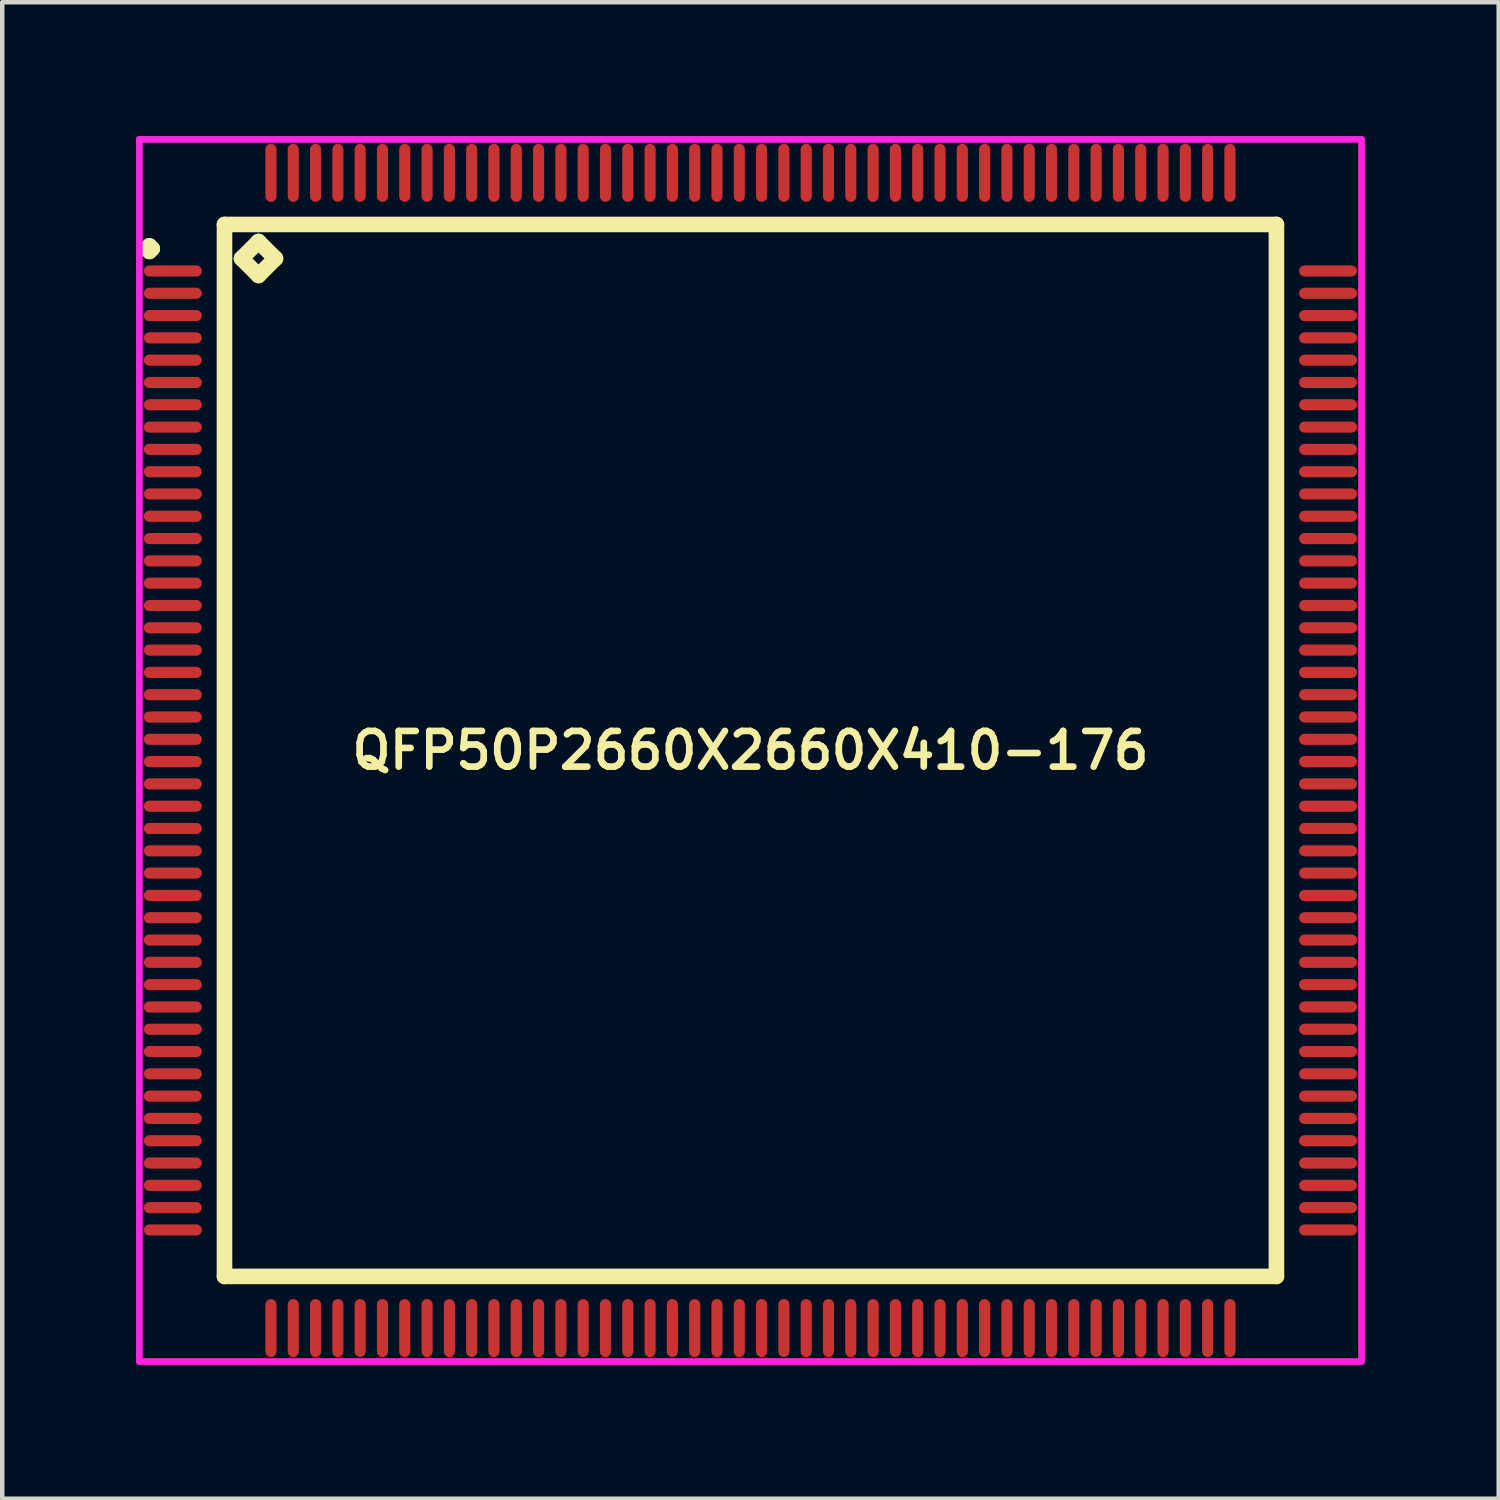
<source format=kicad_pcb>
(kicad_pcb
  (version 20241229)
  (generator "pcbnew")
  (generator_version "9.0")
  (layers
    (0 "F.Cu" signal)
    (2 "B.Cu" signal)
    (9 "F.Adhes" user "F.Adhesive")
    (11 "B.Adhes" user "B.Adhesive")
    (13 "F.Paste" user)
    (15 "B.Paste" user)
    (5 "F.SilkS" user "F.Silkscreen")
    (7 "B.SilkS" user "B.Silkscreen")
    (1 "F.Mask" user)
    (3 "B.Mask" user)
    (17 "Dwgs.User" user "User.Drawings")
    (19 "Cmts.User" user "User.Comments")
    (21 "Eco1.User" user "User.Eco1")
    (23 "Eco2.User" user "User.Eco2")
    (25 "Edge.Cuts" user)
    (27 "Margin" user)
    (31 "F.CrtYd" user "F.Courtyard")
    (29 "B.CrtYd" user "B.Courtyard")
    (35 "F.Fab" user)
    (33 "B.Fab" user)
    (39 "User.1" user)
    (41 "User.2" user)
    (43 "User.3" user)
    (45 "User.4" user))
  (footprint "QFP50P2660X2660X410-176"
    (layer "F.Cu")
    (at 13.775 13.775)
    (property "Reference" "QFP50P2660X2660X410-176" (at 0 0 0) (layer "F.SilkS") (effects (font (size 0.8 0.8) (thickness 0.15))))
    (attr smd)
    (fp_line (start -13.537 -11.25) (end -13.475 -11.312) (stroke (width 0.35) (type solid)) (layer "F.SilkS"))
    (fp_line (start -13.475 -11.312) (end -13.412 -11.25) (stroke (width 0.35) (type solid)) (layer "F.SilkS"))
    (fp_line (start -13.475 -11.188) (end -13.537 -11.25) (stroke (width 0.35) (type solid)) (layer "F.SilkS"))
    (fp_line (start -13.412 -11.25) (end -13.475 -11.188) (stroke (width 0.35) (type solid)) (layer "F.SilkS"))
    (fp_line (start -11.792 -11.792) (end -11.792 11.792) (stroke (width 0.35) (type solid)) (layer "F.SilkS"))
    (fp_line (start -11.792 11.792) (end 11.792 11.792) (stroke (width 0.35) (type solid)) (layer "F.SilkS"))
    (fp_line (start -11.411 -11.03) (end -11.03 -11.411) (stroke (width 0.35) (type solid)) (layer "F.SilkS"))
    (fp_line (start -11.03 -11.411) (end -10.649 -11.03) (stroke (width 0.35) (type solid)) (layer "F.SilkS"))
    (fp_line (start -11.03 -10.649) (end -11.411 -11.03) (stroke (width 0.35) (type solid)) (layer "F.SilkS"))
    (fp_line (start -10.649 -11.03) (end -11.03 -10.649) (stroke (width 0.35) (type solid)) (layer "F.SilkS"))
    (fp_line (start 11.792 -11.792) (end -11.792 -11.792) (stroke (width 0.35) (type solid)) (layer "F.SilkS"))
    (fp_line (start 11.792 11.792) (end 11.792 -11.792) (stroke (width 0.35) (type solid)) (layer "F.SilkS"))
    (fp_line (start -13.7 -13.7) (end 13.7 -13.7) (stroke (width 0.15) (type solid)) (layer "F.CrtYd"))
    (fp_line (start -13.7 13.7) (end -13.7 -13.7) (stroke (width 0.15) (type solid)) (layer "F.CrtYd"))
    (fp_line (start 13.7 -13.7) (end 13.7 13.7) (stroke (width 0.15) (type solid)) (layer "F.CrtYd"))
    (fp_line (start 13.7 13.7) (end -13.7 13.7) (stroke (width 0.15) (type solid)) (layer "F.CrtYd"))
    (pad "1" smd oval (at -12.95 -10.75) (size 1.3 0.25) (layers "F.Cu" "F.Mask" "F.Paste"))
    (pad "2" smd oval (at -12.95 -10.25) (size 1.3 0.25) (layers "F.Cu" "F.Mask" "F.Paste"))
    (pad "3" smd oval (at -12.95 -9.75) (size 1.3 0.25) (layers "F.Cu" "F.Mask" "F.Paste"))
    (pad "4" smd oval (at -12.95 -9.25) (size 1.3 0.25) (layers "F.Cu" "F.Mask" "F.Paste"))
    (pad "5" smd oval (at -12.95 -8.75) (size 1.3 0.25) (layers "F.Cu" "F.Mask" "F.Paste"))
    (pad "6" smd oval (at -12.95 -8.25) (size 1.3 0.25) (layers "F.Cu" "F.Mask" "F.Paste"))
    (pad "7" smd oval (at -12.95 -7.75) (size 1.3 0.25) (layers "F.Cu" "F.Mask" "F.Paste"))
    (pad "8" smd oval (at -12.95 -7.25) (size 1.3 0.25) (layers "F.Cu" "F.Mask" "F.Paste"))
    (pad "9" smd oval (at -12.95 -6.75) (size 1.3 0.25) (layers "F.Cu" "F.Mask" "F.Paste"))
    (pad "10" smd oval (at -12.95 -6.25) (size 1.3 0.25) (layers "F.Cu" "F.Mask" "F.Paste"))
    (pad "11" smd oval (at -12.95 -5.75) (size 1.3 0.25) (layers "F.Cu" "F.Mask" "F.Paste"))
    (pad "12" smd oval (at -12.95 -5.25) (size 1.3 0.25) (layers "F.Cu" "F.Mask" "F.Paste"))
    (pad "13" smd oval (at -12.95 -4.75) (size 1.3 0.25) (layers "F.Cu" "F.Mask" "F.Paste"))
    (pad "14" smd oval (at -12.95 -4.25) (size 1.3 0.25) (layers "F.Cu" "F.Mask" "F.Paste"))
    (pad "15" smd oval (at -12.95 -3.75) (size 1.3 0.25) (layers "F.Cu" "F.Mask" "F.Paste"))
    (pad "16" smd oval (at -12.95 -3.25) (size 1.3 0.25) (layers "F.Cu" "F.Mask" "F.Paste"))
    (pad "17" smd oval (at -12.95 -2.75) (size 1.3 0.25) (layers "F.Cu" "F.Mask" "F.Paste"))
    (pad "18" smd oval (at -12.95 -2.25) (size 1.3 0.25) (layers "F.Cu" "F.Mask" "F.Paste"))
    (pad "19" smd oval (at -12.95 -1.75) (size 1.3 0.25) (layers "F.Cu" "F.Mask" "F.Paste"))
    (pad "20" smd oval (at -12.95 -1.25) (size 1.3 0.25) (layers "F.Cu" "F.Mask" "F.Paste"))
    (pad "21" smd oval (at -12.95 -0.75) (size 1.3 0.25) (layers "F.Cu" "F.Mask" "F.Paste"))
    (pad "22" smd oval (at -12.95 -0.25) (size 1.3 0.25) (layers "F.Cu" "F.Mask" "F.Paste"))
    (pad "23" smd oval (at -12.95 0.25) (size 1.3 0.25) (layers "F.Cu" "F.Mask" "F.Paste"))
    (pad "24" smd oval (at -12.95 0.75) (size 1.3 0.25) (layers "F.Cu" "F.Mask" "F.Paste"))
    (pad "25" smd oval (at -12.95 1.25) (size 1.3 0.25) (layers "F.Cu" "F.Mask" "F.Paste"))
    (pad "26" smd oval (at -12.95 1.75) (size 1.3 0.25) (layers "F.Cu" "F.Mask" "F.Paste"))
    (pad "27" smd oval (at -12.95 2.25) (size 1.3 0.25) (layers "F.Cu" "F.Mask" "F.Paste"))
    (pad "28" smd oval (at -12.95 2.75) (size 1.3 0.25) (layers "F.Cu" "F.Mask" "F.Paste"))
    (pad "29" smd oval (at -12.95 3.25) (size 1.3 0.25) (layers "F.Cu" "F.Mask" "F.Paste"))
    (pad "30" smd oval (at -12.95 3.75) (size 1.3 0.25) (layers "F.Cu" "F.Mask" "F.Paste"))
    (pad "31" smd oval (at -12.95 4.25) (size 1.3 0.25) (layers "F.Cu" "F.Mask" "F.Paste"))
    (pad "32" smd oval (at -12.95 4.75) (size 1.3 0.25) (layers "F.Cu" "F.Mask" "F.Paste"))
    (pad "33" smd oval (at -12.95 5.25) (size 1.3 0.25) (layers "F.Cu" "F.Mask" "F.Paste"))
    (pad "34" smd oval (at -12.95 5.75) (size 1.3 0.25) (layers "F.Cu" "F.Mask" "F.Paste"))
    (pad "35" smd oval (at -12.95 6.25) (size 1.3 0.25) (layers "F.Cu" "F.Mask" "F.Paste"))
    (pad "36" smd oval (at -12.95 6.75) (size 1.3 0.25) (layers "F.Cu" "F.Mask" "F.Paste"))
    (pad "37" smd oval (at -12.95 7.25) (size 1.3 0.25) (layers "F.Cu" "F.Mask" "F.Paste"))
    (pad "38" smd oval (at -12.95 7.75) (size 1.3 0.25) (layers "F.Cu" "F.Mask" "F.Paste"))
    (pad "39" smd oval (at -12.95 8.25) (size 1.3 0.25) (layers "F.Cu" "F.Mask" "F.Paste"))
    (pad "40" smd oval (at -12.95 8.75) (size 1.3 0.25) (layers "F.Cu" "F.Mask" "F.Paste"))
    (pad "41" smd oval (at -12.95 9.25) (size 1.3 0.25) (layers "F.Cu" "F.Mask" "F.Paste"))
    (pad "42" smd oval (at -12.95 9.75) (size 1.3 0.25) (layers "F.Cu" "F.Mask" "F.Paste"))
    (pad "43" smd oval (at -12.95 10.25) (size 1.3 0.25) (layers "F.Cu" "F.Mask" "F.Paste"))
    (pad "44" smd oval (at -12.95 10.75) (size 1.3 0.25) (layers "F.Cu" "F.Mask" "F.Paste"))
    (pad "45" smd oval (at -10.75 12.95) (size 0.25 1.3) (layers "F.Cu" "F.Mask" "F.Paste"))
    (pad "46" smd oval (at -10.25 12.95) (size 0.25 1.3) (layers "F.Cu" "F.Mask" "F.Paste"))
    (pad "47" smd oval (at -9.75 12.95) (size 0.25 1.3) (layers "F.Cu" "F.Mask" "F.Paste"))
    (pad "48" smd oval (at -9.25 12.95) (size 0.25 1.3) (layers "F.Cu" "F.Mask" "F.Paste"))
    (pad "49" smd oval (at -8.75 12.95) (size 0.25 1.3) (layers "F.Cu" "F.Mask" "F.Paste"))
    (pad "50" smd oval (at -8.25 12.95) (size 0.25 1.3) (layers "F.Cu" "F.Mask" "F.Paste"))
    (pad "51" smd oval (at -7.75 12.95) (size 0.25 1.3) (layers "F.Cu" "F.Mask" "F.Paste"))
    (pad "52" smd oval (at -7.25 12.95) (size 0.25 1.3) (layers "F.Cu" "F.Mask" "F.Paste"))
    (pad "53" smd oval (at -6.75 12.95) (size 0.25 1.3) (layers "F.Cu" "F.Mask" "F.Paste"))
    (pad "54" smd oval (at -6.25 12.95) (size 0.25 1.3) (layers "F.Cu" "F.Mask" "F.Paste"))
    (pad "55" smd oval (at -5.75 12.95) (size 0.25 1.3) (layers "F.Cu" "F.Mask" "F.Paste"))
    (pad "56" smd oval (at -5.25 12.95) (size 0.25 1.3) (layers "F.Cu" "F.Mask" "F.Paste"))
    (pad "57" smd oval (at -4.75 12.95) (size 0.25 1.3) (layers "F.Cu" "F.Mask" "F.Paste"))
    (pad "58" smd oval (at -4.25 12.95) (size 0.25 1.3) (layers "F.Cu" "F.Mask" "F.Paste"))
    (pad "59" smd oval (at -3.75 12.95) (size 0.25 1.3) (layers "F.Cu" "F.Mask" "F.Paste"))
    (pad "60" smd oval (at -3.25 12.95) (size 0.25 1.3) (layers "F.Cu" "F.Mask" "F.Paste"))
    (pad "61" smd oval (at -2.75 12.95) (size 0.25 1.3) (layers "F.Cu" "F.Mask" "F.Paste"))
    (pad "62" smd oval (at -2.25 12.95) (size 0.25 1.3) (layers "F.Cu" "F.Mask" "F.Paste"))
    (pad "63" smd oval (at -1.75 12.95) (size 0.25 1.3) (layers "F.Cu" "F.Mask" "F.Paste"))
    (pad "64" smd oval (at -1.25 12.95) (size 0.25 1.3) (layers "F.Cu" "F.Mask" "F.Paste"))
    (pad "65" smd oval (at -0.75 12.95) (size 0.25 1.3) (layers "F.Cu" "F.Mask" "F.Paste"))
    (pad "66" smd oval (at -0.25 12.95) (size 0.25 1.3) (layers "F.Cu" "F.Mask" "F.Paste"))
    (pad "67" smd oval (at 0.25 12.95) (size 0.25 1.3) (layers "F.Cu" "F.Mask" "F.Paste"))
    (pad "68" smd oval (at 0.75 12.95) (size 0.25 1.3) (layers "F.Cu" "F.Mask" "F.Paste"))
    (pad "69" smd oval (at 1.25 12.95) (size 0.25 1.3) (layers "F.Cu" "F.Mask" "F.Paste"))
    (pad "70" smd oval (at 1.75 12.95) (size 0.25 1.3) (layers "F.Cu" "F.Mask" "F.Paste"))
    (pad "71" smd oval (at 2.25 12.95) (size 0.25 1.3) (layers "F.Cu" "F.Mask" "F.Paste"))
    (pad "72" smd oval (at 2.75 12.95) (size 0.25 1.3) (layers "F.Cu" "F.Mask" "F.Paste"))
    (pad "73" smd oval (at 3.25 12.95) (size 0.25 1.3) (layers "F.Cu" "F.Mask" "F.Paste"))
    (pad "74" smd oval (at 3.75 12.95) (size 0.25 1.3) (layers "F.Cu" "F.Mask" "F.Paste"))
    (pad "75" smd oval (at 4.25 12.95) (size 0.25 1.3) (layers "F.Cu" "F.Mask" "F.Paste"))
    (pad "76" smd oval (at 4.75 12.95) (size 0.25 1.3) (layers "F.Cu" "F.Mask" "F.Paste"))
    (pad "77" smd oval (at 5.25 12.95) (size 0.25 1.3) (layers "F.Cu" "F.Mask" "F.Paste"))
    (pad "78" smd oval (at 5.75 12.95) (size 0.25 1.3) (layers "F.Cu" "F.Mask" "F.Paste"))
    (pad "79" smd oval (at 6.25 12.95) (size 0.25 1.3) (layers "F.Cu" "F.Mask" "F.Paste"))
    (pad "80" smd oval (at 6.75 12.95) (size 0.25 1.3) (layers "F.Cu" "F.Mask" "F.Paste"))
    (pad "81" smd oval (at 7.25 12.95) (size 0.25 1.3) (layers "F.Cu" "F.Mask" "F.Paste"))
    (pad "82" smd oval (at 7.75 12.95) (size 0.25 1.3) (layers "F.Cu" "F.Mask" "F.Paste"))
    (pad "83" smd oval (at 8.25 12.95) (size 0.25 1.3) (layers "F.Cu" "F.Mask" "F.Paste"))
    (pad "84" smd oval (at 8.75 12.95) (size 0.25 1.3) (layers "F.Cu" "F.Mask" "F.Paste"))
    (pad "85" smd oval (at 9.25 12.95) (size 0.25 1.3) (layers "F.Cu" "F.Mask" "F.Paste"))
    (pad "86" smd oval (at 9.75 12.95) (size 0.25 1.3) (layers "F.Cu" "F.Mask" "F.Paste"))
    (pad "87" smd oval (at 10.25 12.95) (size 0.25 1.3) (layers "F.Cu" "F.Mask" "F.Paste"))
    (pad "88" smd oval (at 10.75 12.95) (size 0.25 1.3) (layers "F.Cu" "F.Mask" "F.Paste"))
    (pad "89" smd oval (at 12.95 10.75) (size 1.3 0.25) (layers "F.Cu" "F.Mask" "F.Paste"))
    (pad "90" smd oval (at 12.95 10.25) (size 1.3 0.25) (layers "F.Cu" "F.Mask" "F.Paste"))
    (pad "91" smd oval (at 12.95 9.75) (size 1.3 0.25) (layers "F.Cu" "F.Mask" "F.Paste"))
    (pad "92" smd oval (at 12.95 9.25) (size 1.3 0.25) (layers "F.Cu" "F.Mask" "F.Paste"))
    (pad "93" smd oval (at 12.95 8.75) (size 1.3 0.25) (layers "F.Cu" "F.Mask" "F.Paste"))
    (pad "94" smd oval (at 12.95 8.25) (size 1.3 0.25) (layers "F.Cu" "F.Mask" "F.Paste"))
    (pad "95" smd oval (at 12.95 7.75) (size 1.3 0.25) (layers "F.Cu" "F.Mask" "F.Paste"))
    (pad "96" smd oval (at 12.95 7.25) (size 1.3 0.25) (layers "F.Cu" "F.Mask" "F.Paste"))
    (pad "97" smd oval (at 12.95 6.75) (size 1.3 0.25) (layers "F.Cu" "F.Mask" "F.Paste"))
    (pad "98" smd oval (at 12.95 6.25) (size 1.3 0.25) (layers "F.Cu" "F.Mask" "F.Paste"))
    (pad "99" smd oval (at 12.95 5.75) (size 1.3 0.25) (layers "F.Cu" "F.Mask" "F.Paste"))
    (pad "100" smd oval (at 12.95 5.25) (size 1.3 0.25) (layers "F.Cu" "F.Mask" "F.Paste"))
    (pad "101" smd oval (at 12.95 4.75) (size 1.3 0.25) (layers "F.Cu" "F.Mask" "F.Paste"))
    (pad "102" smd oval (at 12.95 4.25) (size 1.3 0.25) (layers "F.Cu" "F.Mask" "F.Paste"))
    (pad "103" smd oval (at 12.95 3.75) (size 1.3 0.25) (layers "F.Cu" "F.Mask" "F.Paste"))
    (pad "104" smd oval (at 12.95 3.25) (size 1.3 0.25) (layers "F.Cu" "F.Mask" "F.Paste"))
    (pad "105" smd oval (at 12.95 2.75) (size 1.3 0.25) (layers "F.Cu" "F.Mask" "F.Paste"))
    (pad "106" smd oval (at 12.95 2.25) (size 1.3 0.25) (layers "F.Cu" "F.Mask" "F.Paste"))
    (pad "107" smd oval (at 12.95 1.75) (size 1.3 0.25) (layers "F.Cu" "F.Mask" "F.Paste"))
    (pad "108" smd oval (at 12.95 1.25) (size 1.3 0.25) (layers "F.Cu" "F.Mask" "F.Paste"))
    (pad "109" smd oval (at 12.95 0.75) (size 1.3 0.25) (layers "F.Cu" "F.Mask" "F.Paste"))
    (pad "110" smd oval (at 12.95 0.25) (size 1.3 0.25) (layers "F.Cu" "F.Mask" "F.Paste"))
    (pad "111" smd oval (at 12.95 -0.25) (size 1.3 0.25) (layers "F.Cu" "F.Mask" "F.Paste"))
    (pad "112" smd oval (at 12.95 -0.75) (size 1.3 0.25) (layers "F.Cu" "F.Mask" "F.Paste"))
    (pad "113" smd oval (at 12.95 -1.25) (size 1.3 0.25) (layers "F.Cu" "F.Mask" "F.Paste"))
    (pad "114" smd oval (at 12.95 -1.75) (size 1.3 0.25) (layers "F.Cu" "F.Mask" "F.Paste"))
    (pad "115" smd oval (at 12.95 -2.25) (size 1.3 0.25) (layers "F.Cu" "F.Mask" "F.Paste"))
    (pad "116" smd oval (at 12.95 -2.75) (size 1.3 0.25) (layers "F.Cu" "F.Mask" "F.Paste"))
    (pad "117" smd oval (at 12.95 -3.25) (size 1.3 0.25) (layers "F.Cu" "F.Mask" "F.Paste"))
    (pad "118" smd oval (at 12.95 -3.75) (size 1.3 0.25) (layers "F.Cu" "F.Mask" "F.Paste"))
    (pad "119" smd oval (at 12.95 -4.25) (size 1.3 0.25) (layers "F.Cu" "F.Mask" "F.Paste"))
    (pad "120" smd oval (at 12.95 -4.75) (size 1.3 0.25) (layers "F.Cu" "F.Mask" "F.Paste"))
    (pad "121" smd oval (at 12.95 -5.25) (size 1.3 0.25) (layers "F.Cu" "F.Mask" "F.Paste"))
    (pad "122" smd oval (at 12.95 -5.75) (size 1.3 0.25) (layers "F.Cu" "F.Mask" "F.Paste"))
    (pad "123" smd oval (at 12.95 -6.25) (size 1.3 0.25) (layers "F.Cu" "F.Mask" "F.Paste"))
    (pad "124" smd oval (at 12.95 -6.75) (size 1.3 0.25) (layers "F.Cu" "F.Mask" "F.Paste"))
    (pad "125" smd oval (at 12.95 -7.25) (size 1.3 0.25) (layers "F.Cu" "F.Mask" "F.Paste"))
    (pad "126" smd oval (at 12.95 -7.75) (size 1.3 0.25) (layers "F.Cu" "F.Mask" "F.Paste"))
    (pad "127" smd oval (at 12.95 -8.25) (size 1.3 0.25) (layers "F.Cu" "F.Mask" "F.Paste"))
    (pad "128" smd oval (at 12.95 -8.75) (size 1.3 0.25) (layers "F.Cu" "F.Mask" "F.Paste"))
    (pad "129" smd oval (at 12.95 -9.25) (size 1.3 0.25) (layers "F.Cu" "F.Mask" "F.Paste"))
    (pad "130" smd oval (at 12.95 -9.75) (size 1.3 0.25) (layers "F.Cu" "F.Mask" "F.Paste"))
    (pad "131" smd oval (at 12.95 -10.25) (size 1.3 0.25) (layers "F.Cu" "F.Mask" "F.Paste"))
    (pad "132" smd oval (at 12.95 -10.75) (size 1.3 0.25) (layers "F.Cu" "F.Mask" "F.Paste"))
    (pad "133" smd oval (at 10.75 -12.95) (size 0.25 1.3) (layers "F.Cu" "F.Mask" "F.Paste"))
    (pad "134" smd oval (at 10.25 -12.95) (size 0.25 1.3) (layers "F.Cu" "F.Mask" "F.Paste"))
    (pad "135" smd oval (at 9.75 -12.95) (size 0.25 1.3) (layers "F.Cu" "F.Mask" "F.Paste"))
    (pad "136" smd oval (at 9.25 -12.95) (size 0.25 1.3) (layers "F.Cu" "F.Mask" "F.Paste"))
    (pad "137" smd oval (at 8.75 -12.95) (size 0.25 1.3) (layers "F.Cu" "F.Mask" "F.Paste"))
    (pad "138" smd oval (at 8.25 -12.95) (size 0.25 1.3) (layers "F.Cu" "F.Mask" "F.Paste"))
    (pad "139" smd oval (at 7.75 -12.95) (size 0.25 1.3) (layers "F.Cu" "F.Mask" "F.Paste"))
    (pad "140" smd oval (at 7.25 -12.95) (size 0.25 1.3) (layers "F.Cu" "F.Mask" "F.Paste"))
    (pad "141" smd oval (at 6.75 -12.95) (size 0.25 1.3) (layers "F.Cu" "F.Mask" "F.Paste"))
    (pad "142" smd oval (at 6.25 -12.95) (size 0.25 1.3) (layers "F.Cu" "F.Mask" "F.Paste"))
    (pad "143" smd oval (at 5.75 -12.95) (size 0.25 1.3) (layers "F.Cu" "F.Mask" "F.Paste"))
    (pad "144" smd oval (at 5.25 -12.95) (size 0.25 1.3) (layers "F.Cu" "F.Mask" "F.Paste"))
    (pad "145" smd oval (at 4.75 -12.95) (size 0.25 1.3) (layers "F.Cu" "F.Mask" "F.Paste"))
    (pad "146" smd oval (at 4.25 -12.95) (size 0.25 1.3) (layers "F.Cu" "F.Mask" "F.Paste"))
    (pad "147" smd oval (at 3.75 -12.95) (size 0.25 1.3) (layers "F.Cu" "F.Mask" "F.Paste"))
    (pad "148" smd oval (at 3.25 -12.95) (size 0.25 1.3) (layers "F.Cu" "F.Mask" "F.Paste"))
    (pad "149" smd oval (at 2.75 -12.95) (size 0.25 1.3) (layers "F.Cu" "F.Mask" "F.Paste"))
    (pad "150" smd oval (at 2.25 -12.95) (size 0.25 1.3) (layers "F.Cu" "F.Mask" "F.Paste"))
    (pad "151" smd oval (at 1.75 -12.95) (size 0.25 1.3) (layers "F.Cu" "F.Mask" "F.Paste"))
    (pad "152" smd oval (at 1.25 -12.95) (size 0.25 1.3) (layers "F.Cu" "F.Mask" "F.Paste"))
    (pad "153" smd oval (at 0.75 -12.95) (size 0.25 1.3) (layers "F.Cu" "F.Mask" "F.Paste"))
    (pad "154" smd oval (at 0.25 -12.95) (size 0.25 1.3) (layers "F.Cu" "F.Mask" "F.Paste"))
    (pad "155" smd oval (at -0.25 -12.95) (size 0.25 1.3) (layers "F.Cu" "F.Mask" "F.Paste"))
    (pad "156" smd oval (at -0.75 -12.95) (size 0.25 1.3) (layers "F.Cu" "F.Mask" "F.Paste"))
    (pad "157" smd oval (at -1.25 -12.95) (size 0.25 1.3) (layers "F.Cu" "F.Mask" "F.Paste"))
    (pad "158" smd oval (at -1.75 -12.95) (size 0.25 1.3) (layers "F.Cu" "F.Mask" "F.Paste"))
    (pad "159" smd oval (at -2.25 -12.95) (size 0.25 1.3) (layers "F.Cu" "F.Mask" "F.Paste"))
    (pad "160" smd oval (at -2.75 -12.95) (size 0.25 1.3) (layers "F.Cu" "F.Mask" "F.Paste"))
    (pad "161" smd oval (at -3.25 -12.95) (size 0.25 1.3) (layers "F.Cu" "F.Mask" "F.Paste"))
    (pad "162" smd oval (at -3.75 -12.95) (size 0.25 1.3) (layers "F.Cu" "F.Mask" "F.Paste"))
    (pad "163" smd oval (at -4.25 -12.95) (size 0.25 1.3) (layers "F.Cu" "F.Mask" "F.Paste"))
    (pad "164" smd oval (at -4.75 -12.95) (size 0.25 1.3) (layers "F.Cu" "F.Mask" "F.Paste"))
    (pad "165" smd oval (at -5.25 -12.95) (size 0.25 1.3) (layers "F.Cu" "F.Mask" "F.Paste"))
    (pad "166" smd oval (at -5.75 -12.95) (size 0.25 1.3) (layers "F.Cu" "F.Mask" "F.Paste"))
    (pad "167" smd oval (at -6.25 -12.95) (size 0.25 1.3) (layers "F.Cu" "F.Mask" "F.Paste"))
    (pad "168" smd oval (at -6.75 -12.95) (size 0.25 1.3) (layers "F.Cu" "F.Mask" "F.Paste"))
    (pad "169" smd oval (at -7.25 -12.95) (size 0.25 1.3) (layers "F.Cu" "F.Mask" "F.Paste"))
    (pad "170" smd oval (at -7.75 -12.95) (size 0.25 1.3) (layers "F.Cu" "F.Mask" "F.Paste"))
    (pad "171" smd oval (at -8.25 -12.95) (size 0.25 1.3) (layers "F.Cu" "F.Mask" "F.Paste"))
    (pad "172" smd oval (at -8.75 -12.95) (size 0.25 1.3) (layers "F.Cu" "F.Mask" "F.Paste"))
    (pad "173" smd oval (at -9.25 -12.95) (size 0.25 1.3) (layers "F.Cu" "F.Mask" "F.Paste"))
    (pad "174" smd oval (at -9.75 -12.95) (size 0.25 1.3) (layers "F.Cu" "F.Mask" "F.Paste"))
    (pad "175" smd oval (at -10.25 -12.95) (size 0.25 1.3) (layers "F.Cu" "F.Mask" "F.Paste"))
    (pad "176" smd oval (at -10.75 -12.95) (size 0.25 1.3) (layers "F.Cu" "F.Mask" "F.Paste")))
  (gr_rect
    (start -3 -3)
    (end 30.55 30.55)
    (stroke (width 0.1) (type default))
    (fill no)
    (layer "Edge.Cuts")))
</source>
